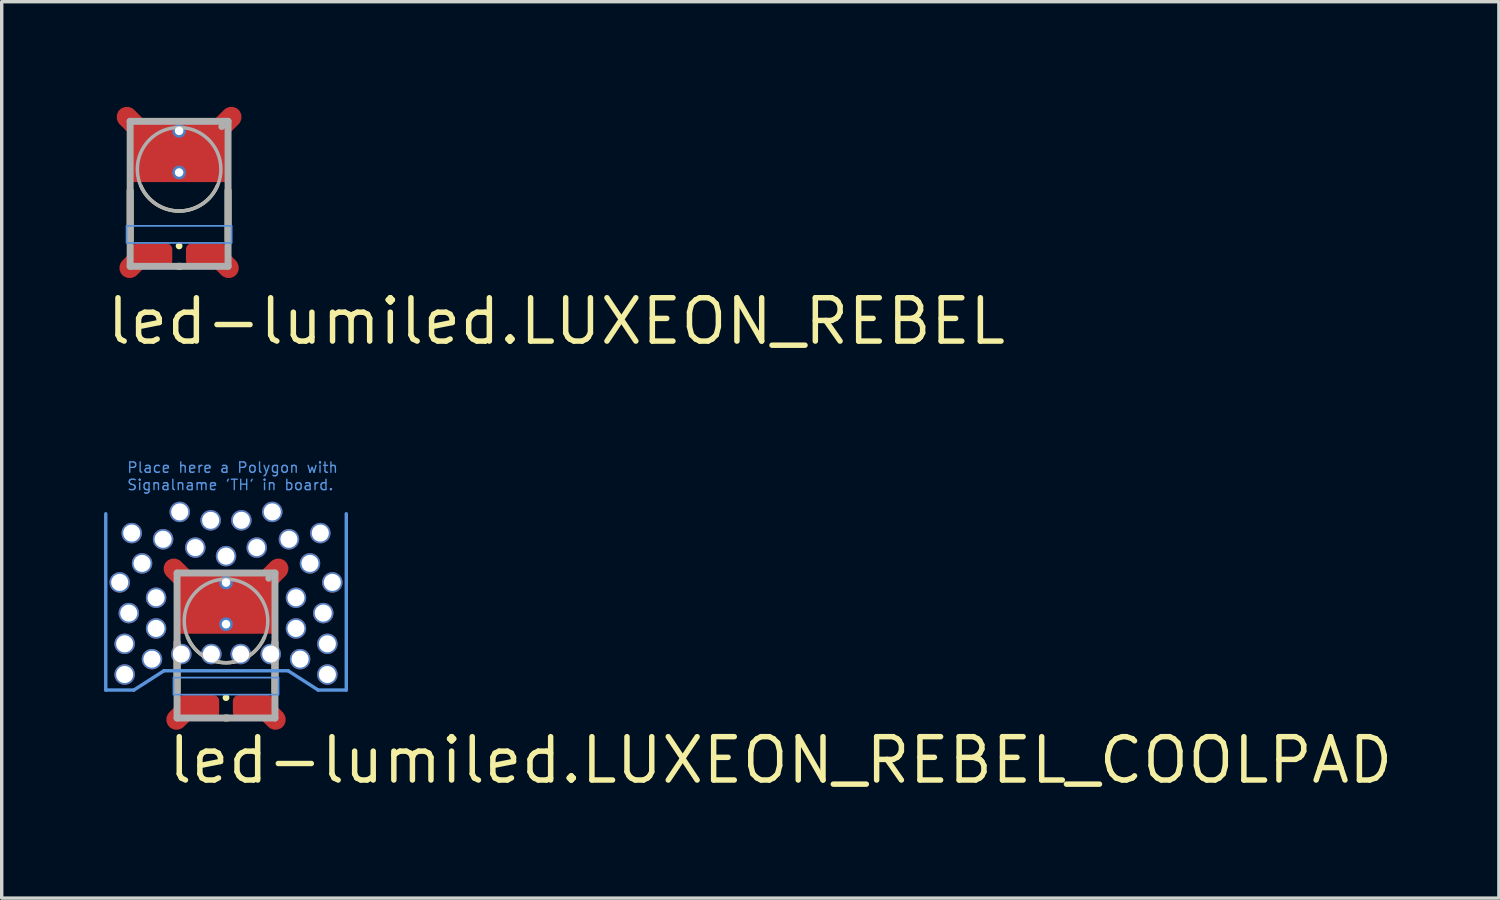
<source format=kicad_pcb>
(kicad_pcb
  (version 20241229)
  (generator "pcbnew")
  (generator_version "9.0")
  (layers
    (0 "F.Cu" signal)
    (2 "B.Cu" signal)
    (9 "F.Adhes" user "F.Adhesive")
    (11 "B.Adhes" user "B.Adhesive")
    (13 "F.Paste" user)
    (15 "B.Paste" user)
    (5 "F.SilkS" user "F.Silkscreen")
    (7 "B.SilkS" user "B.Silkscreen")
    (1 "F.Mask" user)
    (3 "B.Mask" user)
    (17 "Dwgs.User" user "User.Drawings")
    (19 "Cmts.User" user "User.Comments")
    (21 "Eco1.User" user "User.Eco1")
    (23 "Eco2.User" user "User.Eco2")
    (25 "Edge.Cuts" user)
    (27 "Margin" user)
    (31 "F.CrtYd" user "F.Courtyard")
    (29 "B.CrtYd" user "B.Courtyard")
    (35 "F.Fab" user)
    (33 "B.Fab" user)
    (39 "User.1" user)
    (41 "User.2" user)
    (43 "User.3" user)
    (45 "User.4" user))
  (footprint "led-lumiled.LUXEON_REBEL_COOLPAD"
    (layer "F.Cu")
    (at 3.575 15.151)
    (property "Reference" "led-lumiled.LUXEON_REBEL_COOLPAD" (at -1.778 4.826 0) (layer "F.SilkS") (effects (font (size 1.27 1.27) (thickness 0.16)) (justify left bottom)))
    (attr smd)
    (fp_circle (center -3.116 -1.13) (end -2.816 -1.13) (stroke (width 0.1) (type default)) (fill no) (layer "F.Mask"))
    (fp_circle (center -2.971 0.67) (end -2.67 0.67) (stroke (width 0.1) (type default)) (fill no) (layer "F.Mask"))
    (fp_circle (center -2.971 1.57) (end -2.67 1.57) (stroke (width 0.1) (type default)) (fill no) (layer "F.Mask"))
    (fp_circle (center -2.85 -0.23) (end -2.55 -0.23) (stroke (width 0.1) (type default)) (fill no) (layer "F.Mask"))
    (fp_circle (center -2.764 -2.575) (end -2.465 -2.575) (stroke (width 0.1) (type default)) (fill no) (layer "F.Mask"))
    (fp_circle (center -2.461 -1.687) (end -2.16 -1.687) (stroke (width 0.1) (type default)) (fill no) (layer "F.Mask"))
    (fp_circle (center -2.171 1.12) (end -1.871 1.12) (stroke (width 0.1) (type default)) (fill no) (layer "F.Mask"))
    (fp_circle (center -2.05 -0.68) (end -1.75 -0.68) (stroke (width 0.1) (type default)) (fill no) (layer "F.Mask"))
    (fp_circle (center -2.05 0.22) (end -1.75 0.22) (stroke (width 0.1) (type default)) (fill no) (layer "F.Mask"))
    (fp_circle (center -1.844 -2.394) (end -1.542 -2.394) (stroke (width 0.1) (type default)) (fill no) (layer "F.Mask"))
    (fp_circle (center -1.356 -3.196) (end -1.055 -3.196) (stroke (width 0.1) (type default)) (fill no) (layer "F.Mask"))
    (fp_circle (center -1.31 0.97) (end -1.01 0.97) (stroke (width 0.1) (type default)) (fill no) (layer "F.Mask"))
    (fp_circle (center -0.9 -2.15) (end -0.6 -2.15) (stroke (width 0.1) (type default)) (fill no) (layer "F.Mask"))
    (fp_circle (center -0.45 -2.95) (end -0.15 -2.95) (stroke (width 0.1) (type default)) (fill no) (layer "F.Mask"))
    (fp_circle (center -0.43 0.97) (end -0.13 0.97) (stroke (width 0.1) (type default)) (fill no) (layer "F.Mask"))
    (fp_circle (center 0 -1.9) (end 0.3 -1.9) (stroke (width 0.1) (type default)) (fill no) (layer "F.Mask"))
    (fp_circle (center 0 -1.125) (end 0.2 -1.125) (stroke (width 0.1) (type default)) (fill no) (layer "F.Mask"))
    (fp_circle (center 0 0.095) (end 0.2 0.095) (stroke (width 0.1) (type default)) (fill no) (layer "F.Mask"))
    (fp_circle (center 0.43 0.97) (end 0.73 0.97) (stroke (width 0.1) (type default)) (fill no) (layer "F.Mask"))
    (fp_circle (center 0.45 -2.95) (end 0.75 -2.95) (stroke (width 0.1) (type default)) (fill no) (layer "F.Mask"))
    (fp_circle (center 0.9 -2.15) (end 1.2 -2.15) (stroke (width 0.1) (type default)) (fill no) (layer "F.Mask"))
    (fp_circle (center 1.31 0.97) (end 1.61 0.97) (stroke (width 0.1) (type default)) (fill no) (layer "F.Mask"))
    (fp_circle (center 1.356 -3.196) (end 1.655 -3.196) (stroke (width 0.1) (type default)) (fill no) (layer "F.Mask"))
    (fp_circle (center 1.844 -2.394) (end 2.145 -2.394) (stroke (width 0.1) (type default)) (fill no) (layer "F.Mask"))
    (fp_circle (center 2.05 -0.68) (end 2.35 -0.68) (stroke (width 0.1) (type default)) (fill no) (layer "F.Mask"))
    (fp_circle (center 2.05 0.22) (end 2.35 0.22) (stroke (width 0.1) (type default)) (fill no) (layer "F.Mask"))
    (fp_circle (center 2.171 1.12) (end 2.471 1.12) (stroke (width 0.1) (type default)) (fill no) (layer "F.Mask"))
    (fp_circle (center 2.461 -1.687) (end 2.76 -1.687) (stroke (width 0.1) (type default)) (fill no) (layer "F.Mask"))
    (fp_circle (center 2.764 -2.575) (end 3.064 -2.575) (stroke (width 0.1) (type default)) (fill no) (layer "F.Mask"))
    (fp_circle (center 2.85 -0.23) (end 3.15 -0.23) (stroke (width 0.1) (type default)) (fill no) (layer "F.Mask"))
    (fp_circle (center 2.971 0.67) (end 3.27 0.67) (stroke (width 0.1) (type default)) (fill no) (layer "F.Mask"))
    (fp_circle (center 2.971 1.57) (end 3.271 1.57) (stroke (width 0.1) (type default)) (fill no) (layer "F.Mask"))
    (fp_circle (center 3.116 -1.13) (end 3.417 -1.13) (stroke (width 0.1) (type default)) (fill no) (layer "F.Mask"))
    (fp_poly (pts (xy -0.25 2.22) (xy -0.25 2.79) (xy -1 2.79) (xy -1.51 3.3) (xy -1.86 2.94) (xy -1.35 2.43) (xy -1.35 2.22)) (stroke (width 0.102) (type default)) (fill yes) (layer "F.Mask"))
    (fp_poly (pts (xy 0.25 2.22) (xy 0.25 2.79) (xy 1 2.79) (xy 1.51 3.3) (xy 1.86 2.94) (xy 1.35 2.43) (xy 1.35 2.22)) (stroke (width 0.102) (type default)) (fill yes) (layer "F.Mask"))
    (fp_poly (pts (xy -0.52 -1.36) (xy -0.53 -1.11) (xy 0 -0.58) (xy 0 -0.45) (xy -0.52 0.07) (xy -0.52 0.32) (xy -1.37 0.32) (xy -1.37 -0.99) (xy -1.87 -1.49) (xy -1.87 -1.58) (xy -1.59 -1.86) (xy -1.48 -1.86) (xy -0.98 -1.36)) (stroke (width 0.102) (type default)) (fill yes) (layer "F.Mask"))
    (fp_poly (pts (xy 0.52 -1.36) (xy 0.52 -1.1) (xy 0 -0.58) (xy 0 -0.45) (xy 0.52 0.07) (xy 0.52 0.32) (xy 1.37 0.32) (xy 1.37 -0.99) (xy 1.87 -1.49) (xy 1.87 -1.58) (xy 1.59 -1.86) (xy 1.48 -1.86) (xy 0.98 -1.36)) (stroke (width 0.102) (type default)) (fill yes) (layer "F.Mask"))
    (fp_line (start -1.435 2.083) (end -1.435 0.627) (stroke (width 0.203) (type default)) (layer "F.SilkS"))
    (fp_line (start 0.038 2.845) (end -0.018 2.845) (stroke (width 0.203) (type default)) (layer "F.SilkS"))
    (fp_line (start 1.435 0.627) (end 1.435 2.083) (stroke (width 0.203) (type default)) (layer "F.SilkS"))
    (fp_arc (start 1.125 0.475) (mid 0 1.22497) (end -1.125 0.475) (stroke (width 0.1016) (type default)) (layer "F.SilkS"))
    (fp_circle (center 0 2.248) (end 0.05 2.248) (stroke (width 0.1) (type default)) (fill no) (layer "F.SilkS"))
    (fp_poly (pts (xy -0.36 2.25) (xy -0.28 2.33) (xy -0.28 2.68) (xy -0.36 2.76) (xy -0.94 2.76) (xy -1.39 3.21) (xy -1.51 3.21) (xy -1.77 2.95) (xy -1.77 2.83) (xy -1.32 2.38) (xy -1.32 2.33) (xy -1.24 2.25)) (stroke (width 0.051) (type default)) (fill yes) (layer "F.Paste"))
    (fp_poly (pts (xy 0.36 2.25) (xy 0.28 2.33) (xy 0.28 2.68) (xy 0.36 2.76) (xy 0.94 2.76) (xy 1.39 3.21) (xy 1.51 3.21) (xy 1.77 2.95) (xy 1.77 2.83) (xy 1.32 2.38) (xy 1.32 2.33) (xy 1.24 2.25)) (stroke (width 0.051) (type default)) (fill yes) (layer "F.Paste"))
    (fp_poly (pts (xy -0.59 -1.32) (xy -0.5 -1.23) (xy -0.5 -1.11) (xy 0 -0.62) (xy 0 -0.42) (xy -0.5 0.08) (xy -0.5 0.2) (xy -0.59 0.29) (xy -1.24 0.29) (xy -1.32 0.21) (xy -1.32 -0.94) (xy -1.83 -1.45) (xy -1.83 -1.62) (xy -1.62 -1.83) (xy -1.45 -1.83) (xy -0.94 -1.32)) (stroke (width 0.051) (type default)) (fill yes) (layer "F.Paste"))
    (fp_poly (pts (xy 0.6 -1.32) (xy 0.5 -1.22) (xy 0.5 -1.11) (xy 0 -0.61) (xy 0 -0.42) (xy 0.5 0.08) (xy 0.5 0.2) (xy 0.59 0.29) (xy 1.24 0.29) (xy 1.32 0.21) (xy 1.32 -0.94) (xy 1.83 -1.45) (xy 1.83 -1.62) (xy 1.62 -1.83) (xy 1.44 -1.83) (xy 0.93 -1.32)) (stroke (width 0.051) (type default)) (fill yes) (layer "F.Paste"))
    (fp_line (start -3.525 2.025) (end -3.525 -3.142) (stroke (width 0.1) (type default)) (layer "Cmts.User"))
    (fp_line (start -2.7 2.025) (end -3.525 2.025) (stroke (width 0.1) (type default)) (layer "Cmts.User"))
    (fp_line (start -1.82 1.46) (end -2.7 2.025) (stroke (width 0.1) (type default)) (layer "Cmts.User"))
    (fp_line (start 1.82 1.46) (end -1.82 1.46) (stroke (width 0.1) (type default)) (layer "Cmts.User"))
    (fp_line (start 1.82 1.46) (end 2.7 2.025) (stroke (width 0.1) (type default)) (layer "Cmts.User"))
    (fp_line (start 2.7 2.025) (end 3.525 2.025) (stroke (width 0.1) (type default)) (layer "Cmts.User"))
    (fp_line (start 3.525 2.025) (end 3.525 -3.142) (stroke (width 0.1) (type default)) (layer "Cmts.User"))
    (fp_rect (start -1.54 2.16) (end 1.54 1.66) (stroke (width 0.05) (type default)) (fill no) (layer "Cmts.User"))
    (fp_line (start -1.435 -1.405) (end 1.435 -1.405) (stroke (width 0.203) (type default)) (layer "F.Fab"))
    (fp_line (start -1.435 2.845) (end -1.435 -1.405) (stroke (width 0.203) (type default)) (layer "F.Fab"))
    (fp_line (start 1.435 -1.405) (end 1.435 2.845) (stroke (width 0.203) (type default)) (layer "F.Fab"))
    (fp_line (start 1.435 2.845) (end -1.435 2.845) (stroke (width 0.203) (type default)) (layer "F.Fab"))
    (fp_circle (center 0 0) (end 1.225 0) (stroke (width 0.102) (type default)) (fill no) (layer "F.Fab"))
    (fp_circle (center 1.25 -1.25) (end 1.3 -1.25) (stroke (width 0.1) (type default)) (fill no) (layer "F.Fab"))
    (fp_text user "Signalname 'TH' in board." (at -2.921 -3.81 0) (layer "Cmts.User") (effects (font (size 0.305 0.305) (thickness 0.04)) (justify left bottom)))
    (fp_text user "Place here a Polygon with" (at -2.921 -4.318 0) (layer "Cmts.User") (effects (font (size 0.305 0.305) (thickness 0.04)) (justify left bottom)))
    (pad "A" smd roundrect (at 0.8 2.51 180) (size 1.2 0.67) (layers "F.Cu" "F.Mask" "F.Paste") (roundrect_rratio 0.25))
    (pad "A@1" smd roundrect (at 1.31 2.75 315) (size 1 0.6) (layers "F.Cu" "F.Mask" "F.Paste") (roundrect_rratio 0.5))
    (pad "C" smd roundrect (at -0.8 2.51 180) (size 1.2 0.67) (layers "F.Cu" "F.Mask" "F.Paste") (roundrect_rratio 0.25))
    (pad "C@1" smd roundrect (at -1.31 2.75 225) (size 1 0.6) (layers "F.Cu" "F.Mask" "F.Paste") (roundrect_rratio 0.5))
    (pad "TH" smd roundrect (at 0 -0.51 180) (size 2.8 1.77) (layers "F.Cu" "F.Mask" "F.Paste") (roundrect_rratio 0.01))
    (pad "TH@1" smd roundrect (at -1.39 -1.39 135) (size 1 0.6) (layers "F.Cu" "F.Mask" "F.Paste") (roundrect_rratio 0.5))
    (pad "TH@2" smd roundrect (at 1.39 -1.39 45) (size 1 0.6) (layers "F.Cu" "F.Mask" "F.Paste") (roundrect_rratio 0.5))
    (pad "TH@3" thru_hole circle (at 2.971 1.57) (size 0.6 0.6) (drill 0.5) (layers "*.Cu" "*.Mask"))
    (pad "TH@4" thru_hole circle (at 2.971 0.67) (size 0.6 0.6) (drill 0.5) (layers "*.Cu" "*.Mask"))
    (pad "TH@5" thru_hole circle (at 2.85 -0.23) (size 0.6 0.6) (drill 0.5) (layers "*.Cu" "*.Mask"))
    (pad "TH@6" thru_hole circle (at 2.05 -0.68) (size 0.6 0.6) (drill 0.5) (layers "*.Cu" "*.Mask"))
    (pad "TH@7" thru_hole circle (at 2.05 0.22) (size 0.6 0.6) (drill 0.5) (layers "*.Cu" "*.Mask"))
    (pad "TH@8" thru_hole circle (at 2.171 1.12) (size 0.6 0.6) (drill 0.5) (layers "*.Cu" "*.Mask"))
    (pad "TH@9" thru_hole circle (at 2.764 -2.575) (size 0.6 0.6) (drill 0.5) (layers "*.Cu" "*.Mask"))
    (pad "TH@10" thru_hole circle (at 3.116 -1.13) (size 0.6 0.6) (drill 0.5) (layers "*.Cu" "*.Mask"))
    (pad "TH@11" thru_hole circle (at 2.461 -1.687) (size 0.6 0.6) (drill 0.5) (layers "*.Cu" "*.Mask"))
    (pad "TH@12" thru_hole circle (at 1.844 -2.394) (size 0.6 0.6) (drill 0.5) (layers "*.Cu" "*.Mask"))
    (pad "TH@13" thru_hole circle (at 0.9 -2.15) (size 0.6 0.6) (drill 0.5) (layers "*.Cu" "*.Mask"))
    (pad "TH@14" thru_hole circle (at 0 -1.9) (size 0.6 0.6) (drill 0.5) (layers "*.Cu" "*.Mask"))
    (pad "TH@15" thru_hole circle (at 0.45 -2.95) (size 0.6 0.6) (drill 0.5) (layers "*.Cu" "*.Mask"))
    (pad "TH@16" thru_hole circle (at 1.356 -3.196) (size 0.6 0.6) (drill 0.5) (layers "*.Cu" "*.Mask"))
    (pad "TH@17" thru_hole circle (at 1.31 0.97) (size 0.6 0.6) (drill 0.5) (layers "*.Cu" "*.Mask"))
    (pad "TH@18" thru_hole circle (at 0.43 0.97) (size 0.6 0.6) (drill 0.5) (layers "*.Cu" "*.Mask"))
    (pad "TH@19" thru_hole circle (at 0 0.095) (size 0.4 0.4) (drill 0.25) (layers "*.Cu" "*.Mask"))
    (pad "TH@20" thru_hole circle (at 0 -1.125) (size 0.4 0.4) (drill 0.25) (layers "*.Cu" "*.Mask"))
    (pad "TH@21" thru_hole circle (at -2.971 1.57) (size 0.6 0.6) (drill 0.5) (layers "*.Cu" "*.Mask"))
    (pad "TH@22" thru_hole circle (at -2.971 0.67) (size 0.6 0.6) (drill 0.5) (layers "*.Cu" "*.Mask"))
    (pad "TH@23" thru_hole circle (at -2.85 -0.23) (size 0.6 0.6) (drill 0.5) (layers "*.Cu" "*.Mask"))
    (pad "TH@24" thru_hole circle (at -2.05 -0.68) (size 0.6 0.6) (drill 0.5) (layers "*.Cu" "*.Mask"))
    (pad "TH@25" thru_hole circle (at -2.05 0.22) (size 0.6 0.6) (drill 0.5) (layers "*.Cu" "*.Mask"))
    (pad "TH@26" thru_hole circle (at -2.171 1.12) (size 0.6 0.6) (drill 0.5) (layers "*.Cu" "*.Mask"))
    (pad "TH@27" thru_hole circle (at -2.764 -2.575) (size 0.6 0.6) (drill 0.5) (layers "*.Cu" "*.Mask"))
    (pad "TH@28" thru_hole circle (at -3.116 -1.13) (size 0.6 0.6) (drill 0.5) (layers "*.Cu" "*.Mask"))
    (pad "TH@29" thru_hole circle (at -2.461 -1.687) (size 0.6 0.6) (drill 0.5) (layers "*.Cu" "*.Mask"))
    (pad "TH@30" thru_hole circle (at -1.844 -2.394) (size 0.6 0.6) (drill 0.5) (layers "*.Cu" "*.Mask"))
    (pad "TH@31" thru_hole circle (at -0.9 -2.15) (size 0.6 0.6) (drill 0.5) (layers "*.Cu" "*.Mask"))
    (pad "TH@32" thru_hole circle (at -0.45 -2.95) (size 0.6 0.6) (drill 0.5) (layers "*.Cu" "*.Mask"))
    (pad "TH@33" thru_hole circle (at -1.356 -3.196) (size 0.6 0.6) (drill 0.5) (layers "*.Cu" "*.Mask"))
    (pad "TH@34" thru_hole circle (at -1.31 0.97) (size 0.6 0.6) (drill 0.5) (layers "*.Cu" "*.Mask"))
    (pad "TH@35" thru_hole circle (at -0.43 0.97) (size 0.6 0.6) (drill 0.5) (layers "*.Cu" "*.Mask")))
  (footprint "led-lumiled.LUXEON_REBEL"
    (layer "F.Cu")
    (at 2.2 1.911)
    (property "Reference" "led-lumiled.LUXEON_REBEL" (at -2.2 5.2 0) (layer "F.SilkS") (effects (font (size 1.27 1.27) (thickness 0.16)) (justify left bottom)))
    (attr smd)
    (fp_circle (center 0 -1.125) (end 0.2 -1.125) (stroke (width 0.1) (type default)) (fill no) (layer "F.Mask"))
    (fp_circle (center 0 0.095) (end 0.2 0.095) (stroke (width 0.1) (type default)) (fill no) (layer "F.Mask"))
    (fp_poly (pts (xy -0.25 2.22) (xy -0.25 2.79) (xy -1 2.79) (xy -1.51 3.3) (xy -1.86 2.94) (xy -1.35 2.43) (xy -1.35 2.22)) (stroke (width 0.102) (type default)) (fill yes) (layer "F.Mask"))
    (fp_poly (pts (xy 0.25 2.22) (xy 0.25 2.79) (xy 1 2.79) (xy 1.51 3.3) (xy 1.86 2.94) (xy 1.35 2.43) (xy 1.35 2.22)) (stroke (width 0.102) (type default)) (fill yes) (layer "F.Mask"))
    (fp_poly (pts (xy -0.52 -1.36) (xy -0.53 -1.11) (xy 0 -0.58) (xy 0 -0.45) (xy -0.52 0.07) (xy -0.52 0.32) (xy -1.37 0.32) (xy -1.37 -0.99) (xy -1.87 -1.49) (xy -1.87 -1.58) (xy -1.59 -1.86) (xy -1.48 -1.86) (xy -0.98 -1.36)) (stroke (width 0.102) (type default)) (fill yes) (layer "F.Mask"))
    (fp_poly (pts (xy 0.52 -1.36) (xy 0.52 -1.1) (xy 0 -0.58) (xy 0 -0.45) (xy 0.52 0.07) (xy 0.52 0.32) (xy 1.37 0.32) (xy 1.37 -0.99) (xy 1.87 -1.49) (xy 1.87 -1.58) (xy 1.59 -1.86) (xy 1.48 -1.86) (xy 0.98 -1.36)) (stroke (width 0.102) (type default)) (fill yes) (layer "F.Mask"))
    (fp_line (start -1.435 2.083) (end -1.435 0.627) (stroke (width 0.203) (type default)) (layer "F.SilkS"))
    (fp_line (start 0.038 2.845) (end -0.018 2.845) (stroke (width 0.203) (type default)) (layer "F.SilkS"))
    (fp_line (start 1.435 0.627) (end 1.435 2.083) (stroke (width 0.203) (type default)) (layer "F.SilkS"))
    (fp_arc (start 1.125 0.475) (mid 0 1.22497) (end -1.125 0.475) (stroke (width 0.1016) (type default)) (layer "F.SilkS"))
    (fp_circle (center 0 2.248) (end 0.05 2.248) (stroke (width 0.1) (type default)) (fill no) (layer "F.SilkS"))
    (fp_poly (pts (xy -0.36 2.25) (xy -0.28 2.33) (xy -0.28 2.68) (xy -0.36 2.76) (xy -0.94 2.76) (xy -1.39 3.21) (xy -1.51 3.21) (xy -1.77 2.95) (xy -1.77 2.83) (xy -1.32 2.38) (xy -1.32 2.33) (xy -1.24 2.25)) (stroke (width 0.051) (type default)) (fill yes) (layer "F.Paste"))
    (fp_poly (pts (xy 0.36 2.25) (xy 0.28 2.33) (xy 0.28 2.68) (xy 0.36 2.76) (xy 0.94 2.76) (xy 1.39 3.21) (xy 1.51 3.21) (xy 1.77 2.95) (xy 1.77 2.83) (xy 1.32 2.38) (xy 1.32 2.33) (xy 1.24 2.25)) (stroke (width 0.051) (type default)) (fill yes) (layer "F.Paste"))
    (fp_poly (pts (xy -0.59 -1.32) (xy -0.5 -1.23) (xy -0.5 -1.11) (xy 0 -0.62) (xy 0 -0.42) (xy -0.5 0.08) (xy -0.5 0.2) (xy -0.59 0.29) (xy -1.24 0.29) (xy -1.32 0.21) (xy -1.32 -0.94) (xy -1.83 -1.45) (xy -1.83 -1.62) (xy -1.62 -1.83) (xy -1.45 -1.83) (xy -0.94 -1.32)) (stroke (width 0.051) (type default)) (fill yes) (layer "F.Paste"))
    (fp_poly (pts (xy 0.6 -1.32) (xy 0.5 -1.22) (xy 0.5 -1.11) (xy 0 -0.61) (xy 0 -0.42) (xy 0.5 0.08) (xy 0.5 0.2) (xy 0.59 0.29) (xy 1.24 0.29) (xy 1.32 0.21) (xy 1.32 -0.94) (xy 1.83 -1.45) (xy 1.83 -1.62) (xy 1.62 -1.83) (xy 1.44 -1.83) (xy 0.93 -1.32)) (stroke (width 0.051) (type default)) (fill yes) (layer "F.Paste"))
    (fp_rect (start -1.54 2.16) (end 1.54 1.66) (stroke (width 0.05) (type default)) (fill no) (layer "Cmts.User"))
    (fp_line (start -1.435 -1.405) (end 1.435 -1.405) (stroke (width 0.203) (type default)) (layer "F.Fab"))
    (fp_line (start -1.435 2.845) (end -1.435 -1.405) (stroke (width 0.203) (type default)) (layer "F.Fab"))
    (fp_line (start 1.435 -1.405) (end 1.435 2.845) (stroke (width 0.203) (type default)) (layer "F.Fab"))
    (fp_line (start 1.435 2.845) (end -1.435 2.845) (stroke (width 0.203) (type default)) (layer "F.Fab"))
    (fp_circle (center 0 0) (end 1.225 0) (stroke (width 0.102) (type default)) (fill no) (layer "F.Fab"))
    (fp_circle (center 1.25 -1.25) (end 1.3 -1.25) (stroke (width 0.1) (type default)) (fill no) (layer "F.Fab"))
    (pad "A" smd roundrect (at 0.8 2.51 180) (size 1.2 0.67) (layers "F.Cu" "F.Mask" "F.Paste") (roundrect_rratio 0.25))
    (pad "A@1" smd roundrect (at 1.31 2.75 315) (size 1 0.6) (layers "F.Cu" "F.Mask" "F.Paste") (roundrect_rratio 0.5))
    (pad "C" smd roundrect (at -0.8 2.51 180) (size 1.2 0.67) (layers "F.Cu" "F.Mask" "F.Paste") (roundrect_rratio 0.25))
    (pad "C@1" smd roundrect (at -1.31 2.75 225) (size 1 0.6) (layers "F.Cu" "F.Mask" "F.Paste") (roundrect_rratio 0.5))
    (pad "TH" smd roundrect (at 0 -0.51 180) (size 2.8 1.77) (layers "F.Cu" "F.Mask" "F.Paste") (roundrect_rratio 0.01))
    (pad "TH@1" smd roundrect (at -1.39 -1.39 135) (size 1 0.6) (layers "F.Cu" "F.Mask" "F.Paste") (roundrect_rratio 0.5))
    (pad "TH@2" smd roundrect (at 1.39 -1.39 45) (size 1 0.6) (layers "F.Cu" "F.Mask" "F.Paste") (roundrect_rratio 0.5))
    (pad "TH@3" thru_hole circle (at 0 0.095) (size 0.4 0.4) (drill 0.25) (layers "*.Cu" "*.Mask"))
    (pad "TH@4" thru_hole circle (at 0 -1.125) (size 0.4 0.4) (drill 0.25) (layers "*.Cu" "*.Mask")))
  (gr_rect
    (start -3 -3)
    (end 40.885 23.275)
    (stroke (width 0.1) (type default))
    (fill no)
    (layer "Edge.Cuts")))
</source>
